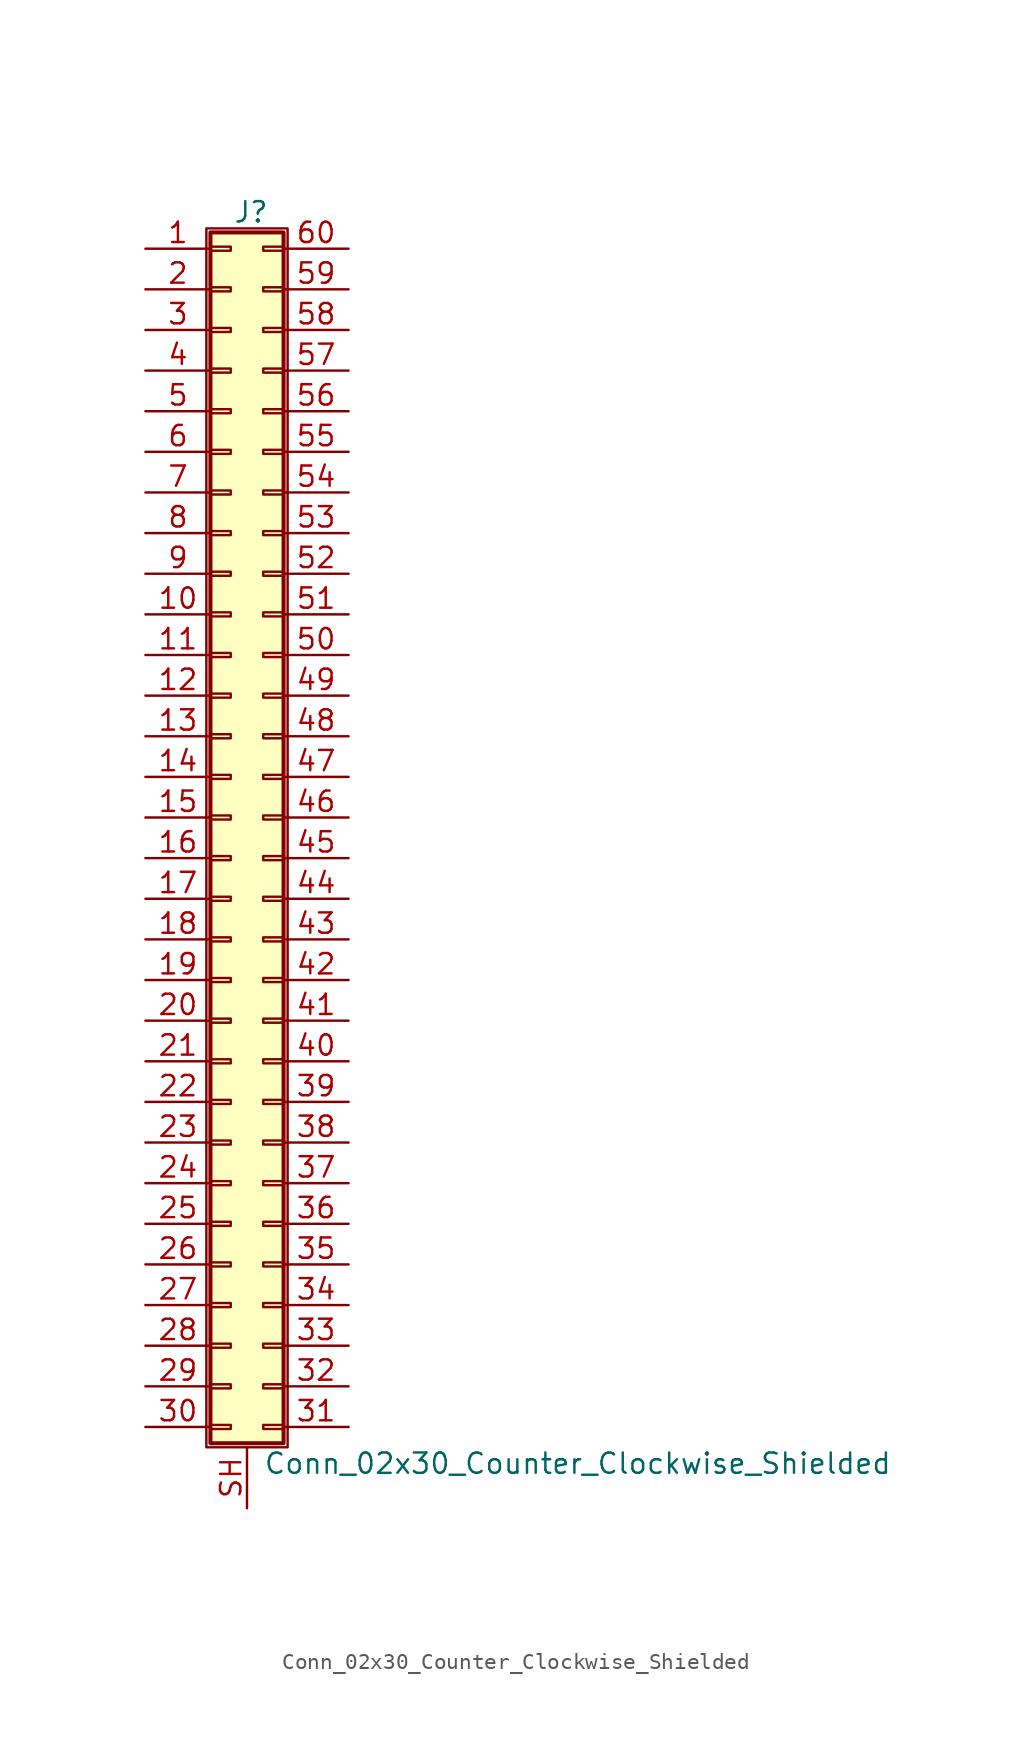
<source format=kicad_sym>
(kicad_symbol_lib
  (version 20201005)
  (generator kicad_symbol_editor)
  (symbol "Conn_02x30_Counter_Clockwise_Shielded"
    (pin_names
      (offset 1.016) hide)
    (property "Reference" "J"
      (at 1.524 37.846 0)
      (effects (font (size 1.27 1.27))))
    (property "Value" "Conn_02x30_Counter_Clockwise_Shielded"
      (at 2.286 -40.386 0)
      (effects (font (size 1.27 1.27)) (justify left)))
    (symbol "Conn_02x30_Counter_Clockwise_Shielded_1_1"
      (rectangle (start -1.27 36.83) (end 3.81 -39.37) (stroke (width 0.152)) (fill (type none)))
      (rectangle (start -1.016 -37.973) (end 0.254 -38.227) (stroke (width 0.152)) (fill (type none)))
      (rectangle (start -1.016 -35.433) (end 0.254 -35.687) (stroke (width 0.152)) (fill (type none)))
      (rectangle (start -1.016 -32.893) (end 0.254 -33.147) (stroke (width 0.152)) (fill (type none)))
      (rectangle (start -1.016 -30.353) (end 0.254 -30.607) (stroke (width 0.152)) (fill (type none)))
      (rectangle (start -1.016 -27.813) (end 0.254 -28.067) (stroke (width 0.152)) (fill (type none)))
      (rectangle (start -1.016 -25.273) (end 0.254 -25.527) (stroke (width 0.152)) (fill (type none)))
      (rectangle (start -1.016 -22.733) (end 0.254 -22.987) (stroke (width 0.152)) (fill (type none)))
      (rectangle (start -1.016 -20.193) (end 0.254 -20.447) (stroke (width 0.152)) (fill (type none)))
      (rectangle (start -1.016 -17.653) (end 0.254 -17.907) (stroke (width 0.152)) (fill (type none)))
      (rectangle (start -1.016 -15.113) (end 0.254 -15.367) (stroke (width 0.152)) (fill (type none)))
      (rectangle (start -1.016 -12.573) (end 0.254 -12.827) (stroke (width 0.152)) (fill (type none)))
      (rectangle (start -1.016 -10.033) (end 0.254 -10.287) (stroke (width 0.152)) (fill (type none)))
      (rectangle (start -1.016 -7.493) (end 0.254 -7.747) (stroke (width 0.152)) (fill (type none)))
      (rectangle (start -1.016 -4.953) (end 0.254 -5.207) (stroke (width 0.152)) (fill (type none)))
      (rectangle (start -1.016 -2.413) (end 0.254 -2.667) (stroke (width 0.152)) (fill (type none)))
      (rectangle (start -1.016 0.127) (end 0.254 -0.127) (stroke (width 0.152)) (fill (type none)))
      (rectangle (start -1.016 2.667) (end 0.254 2.413) (stroke (width 0.152)) (fill (type none)))
      (rectangle (start -1.016 5.207) (end 0.254 4.953) (stroke (width 0.152)) (fill (type none)))
      (rectangle (start -1.016 7.747) (end 0.254 7.493) (stroke (width 0.152)) (fill (type none)))
      (rectangle (start -1.016 10.287) (end 0.254 10.033) (stroke (width 0.152)) (fill (type none)))
      (rectangle (start -1.016 12.827) (end 0.254 12.573) (stroke (width 0.152)) (fill (type none)))
      (rectangle (start -1.016 15.367) (end 0.254 15.113) (stroke (width 0.152)) (fill (type none)))
      (rectangle (start -1.016 17.907) (end 0.254 17.653) (stroke (width 0.152)) (fill (type none)))
      (rectangle (start -1.016 20.447) (end 0.254 20.193) (stroke (width 0.152)) (fill (type none)))
      (rectangle (start -1.016 22.987) (end 0.254 22.733) (stroke (width 0.152)) (fill (type none)))
      (rectangle (start -1.016 25.527) (end 0.254 25.273) (stroke (width 0.152)) (fill (type none)))
      (rectangle (start -1.016 28.067) (end 0.254 27.813) (stroke (width 0.152)) (fill (type none)))
      (rectangle (start -1.016 30.607) (end 0.254 30.353) (stroke (width 0.152)) (fill (type none)))
      (rectangle (start -1.016 33.147) (end 0.254 32.893) (stroke (width 0.152)) (fill (type none)))
      (rectangle (start -1.016 35.687) (end 0.254 35.433) (stroke (width 0.152)) (fill (type none)))
      (rectangle (start 3.556 -37.973) (end 2.286 -38.227) (stroke (width 0.152)) (fill (type none)))
      (rectangle (start 3.556 -35.433) (end 2.286 -35.687) (stroke (width 0.152)) (fill (type none)))
      (rectangle (start 3.556 -32.893) (end 2.286 -33.147) (stroke (width 0.152)) (fill (type none)))
      (rectangle (start 3.556 -30.353) (end 2.286 -30.607) (stroke (width 0.152)) (fill (type none)))
      (rectangle (start 3.556 -27.813) (end 2.286 -28.067) (stroke (width 0.152)) (fill (type none)))
      (rectangle (start 3.556 -25.273) (end 2.286 -25.527) (stroke (width 0.152)) (fill (type none)))
      (rectangle (start 3.556 -22.733) (end 2.286 -22.987) (stroke (width 0.152)) (fill (type none)))
      (rectangle (start 3.556 -20.193) (end 2.286 -20.447) (stroke (width 0.152)) (fill (type none)))
      (rectangle (start 3.556 -17.653) (end 2.286 -17.907) (stroke (width 0.152)) (fill (type none)))
      (rectangle (start 3.556 -15.113) (end 2.286 -15.367) (stroke (width 0.152)) (fill (type none)))
      (rectangle (start 3.556 -12.573) (end 2.286 -12.827) (stroke (width 0.152)) (fill (type none)))
      (rectangle (start 3.556 -10.033) (end 2.286 -10.287) (stroke (width 0.152)) (fill (type none)))
      (rectangle (start 3.556 -7.493) (end 2.286 -7.747) (stroke (width 0.152)) (fill (type none)))
      (rectangle (start 3.556 -4.953) (end 2.286 -5.207) (stroke (width 0.152)) (fill (type none)))
      (rectangle (start 3.556 -2.413) (end 2.286 -2.667) (stroke (width 0.152)) (fill (type none)))
      (rectangle (start 3.556 0.127) (end 2.286 -0.127) (stroke (width 0.152)) (fill (type none)))
      (rectangle (start 3.556 2.667) (end 2.286 2.413) (stroke (width 0.152)) (fill (type none)))
      (rectangle (start 3.556 5.207) (end 2.286 4.953) (stroke (width 0.152)) (fill (type none)))
      (rectangle (start 3.556 7.747) (end 2.286 7.493) (stroke (width 0.152)) (fill (type none)))
      (rectangle (start 3.556 10.287) (end 2.286 10.033) (stroke (width 0.152)) (fill (type none)))
      (rectangle (start 3.556 12.827) (end 2.286 12.573) (stroke (width 0.152)) (fill (type none)))
      (rectangle (start 3.556 15.367) (end 2.286 15.113) (stroke (width 0.152)) (fill (type none)))
      (rectangle (start 3.556 17.907) (end 2.286 17.653) (stroke (width 0.152)) (fill (type none)))
      (rectangle (start 3.556 20.447) (end 2.286 20.193) (stroke (width 0.152)) (fill (type none)))
      (rectangle (start 3.556 22.987) (end 2.286 22.733) (stroke (width 0.152)) (fill (type none)))
      (rectangle (start 3.556 25.527) (end 2.286 25.273) (stroke (width 0.152)) (fill (type none)))
      (rectangle (start 3.556 28.067) (end 2.286 27.813) (stroke (width 0.152)) (fill (type none)))
      (rectangle (start 3.556 30.607) (end 2.286 30.353) (stroke (width 0.152)) (fill (type none)))
      (rectangle (start 3.556 33.147) (end 2.286 32.893) (stroke (width 0.152)) (fill (type none)))
      (rectangle (start 3.556 35.687) (end 2.286 35.433) (stroke (width 0.152)) (fill (type none)))
      (rectangle (start -1.016 36.576) (end 3.556 -39.116) (stroke (width 0.254)) (fill (type background)))
      (pin passive line (at -5.08 35.56 0) (length 4.064) (name "Pin_1" (effects (font (size 1.27 1.27)))) (number "1" (effects (font (size 1.27 1.27)))))
      (pin passive line (at -5.08 12.7 0) (length 4.064) (name "Pin_10" (effects (font (size 1.27 1.27)))) (number "10" (effects (font (size 1.27 1.27)))))
      (pin passive line (at -5.08 10.16 0) (length 4.064) (name "Pin_11" (effects (font (size 1.27 1.27)))) (number "11" (effects (font (size 1.27 1.27)))))
      (pin passive line (at -5.08 7.62 0) (length 4.064) (name "Pin_12" (effects (font (size 1.27 1.27)))) (number "12" (effects (font (size 1.27 1.27)))))
      (pin passive line (at -5.08 5.08 0) (length 4.064) (name "Pin_13" (effects (font (size 1.27 1.27)))) (number "13" (effects (font (size 1.27 1.27)))))
      (pin passive line (at -5.08 2.54 0) (length 4.064) (name "Pin_14" (effects (font (size 1.27 1.27)))) (number "14" (effects (font (size 1.27 1.27)))))
      (pin passive line (at -5.08 0 0) (length 4.064) (name "Pin_15" (effects (font (size 1.27 1.27)))) (number "15" (effects (font (size 1.27 1.27)))))
      (pin passive line (at -5.08 -2.54 0) (length 4.064) (name "Pin_16" (effects (font (size 1.27 1.27)))) (number "16" (effects (font (size 1.27 1.27)))))
      (pin passive line (at -5.08 -5.08 0) (length 4.064) (name "Pin_17" (effects (font (size 1.27 1.27)))) (number "17" (effects (font (size 1.27 1.27)))))
      (pin passive line (at -5.08 -7.62 0) (length 4.064) (name "Pin_18" (effects (font (size 1.27 1.27)))) (number "18" (effects (font (size 1.27 1.27)))))
      (pin passive line (at -5.08 -10.16 0) (length 4.064) (name "Pin_19" (effects (font (size 1.27 1.27)))) (number "19" (effects (font (size 1.27 1.27)))))
      (pin passive line (at -5.08 33.02 0) (length 4.064) (name "Pin_2" (effects (font (size 1.27 1.27)))) (number "2" (effects (font (size 1.27 1.27)))))
      (pin passive line (at -5.08 -12.7 0) (length 4.064) (name "Pin_20" (effects (font (size 1.27 1.27)))) (number "20" (effects (font (size 1.27 1.27)))))
      (pin passive line (at -5.08 -15.24 0) (length 4.064) (name "Pin_21" (effects (font (size 1.27 1.27)))) (number "21" (effects (font (size 1.27 1.27)))))
      (pin passive line (at -5.08 -17.78 0) (length 4.064) (name "Pin_22" (effects (font (size 1.27 1.27)))) (number "22" (effects (font (size 1.27 1.27)))))
      (pin passive line (at -5.08 -20.32 0) (length 4.064) (name "Pin_23" (effects (font (size 1.27 1.27)))) (number "23" (effects (font (size 1.27 1.27)))))
      (pin passive line (at -5.08 -22.86 0) (length 4.064) (name "Pin_24" (effects (font (size 1.27 1.27)))) (number "24" (effects (font (size 1.27 1.27)))))
      (pin passive line (at -5.08 -25.4 0) (length 4.064) (name "Pin_25" (effects (font (size 1.27 1.27)))) (number "25" (effects (font (size 1.27 1.27)))))
      (pin passive line (at -5.08 -27.94 0) (length 4.064) (name "Pin_26" (effects (font (size 1.27 1.27)))) (number "26" (effects (font (size 1.27 1.27)))))
      (pin passive line (at -5.08 -30.48 0) (length 4.064) (name "Pin_27" (effects (font (size 1.27 1.27)))) (number "27" (effects (font (size 1.27 1.27)))))
      (pin passive line (at -5.08 -33.02 0) (length 4.064) (name "Pin_28" (effects (font (size 1.27 1.27)))) (number "28" (effects (font (size 1.27 1.27)))))
      (pin passive line (at -5.08 -35.56 0) (length 4.064) (name "Pin_29" (effects (font (size 1.27 1.27)))) (number "29" (effects (font (size 1.27 1.27)))))
      (pin passive line (at -5.08 30.48 0) (length 4.064) (name "Pin_3" (effects (font (size 1.27 1.27)))) (number "3" (effects (font (size 1.27 1.27)))))
      (pin passive line (at -5.08 -38.1 0) (length 4.064) (name "Pin_30" (effects (font (size 1.27 1.27)))) (number "30" (effects (font (size 1.27 1.27)))))
      (pin passive line (at 7.62 -38.1 180) (length 4.064) (name "Pin_31" (effects (font (size 1.27 1.27)))) (number "31" (effects (font (size 1.27 1.27)))))
      (pin passive line (at 7.62 -35.56 180) (length 4.064) (name "Pin_32" (effects (font (size 1.27 1.27)))) (number "32" (effects (font (size 1.27 1.27)))))
      (pin passive line (at 7.62 -33.02 180) (length 4.064) (name "Pin_33" (effects (font (size 1.27 1.27)))) (number "33" (effects (font (size 1.27 1.27)))))
      (pin passive line (at 7.62 -30.48 180) (length 4.064) (name "Pin_34" (effects (font (size 1.27 1.27)))) (number "34" (effects (font (size 1.27 1.27)))))
      (pin passive line (at 7.62 -27.94 180) (length 4.064) (name "Pin_35" (effects (font (size 1.27 1.27)))) (number "35" (effects (font (size 1.27 1.27)))))
      (pin passive line (at 7.62 -25.4 180) (length 4.064) (name "Pin_36" (effects (font (size 1.27 1.27)))) (number "36" (effects (font (size 1.27 1.27)))))
      (pin passive line (at 7.62 -22.86 180) (length 4.064) (name "Pin_37" (effects (font (size 1.27 1.27)))) (number "37" (effects (font (size 1.27 1.27)))))
      (pin passive line (at 7.62 -20.32 180) (length 4.064) (name "Pin_38" (effects (font (size 1.27 1.27)))) (number "38" (effects (font (size 1.27 1.27)))))
      (pin passive line (at 7.62 -17.78 180) (length 4.064) (name "Pin_39" (effects (font (size 1.27 1.27)))) (number "39" (effects (font (size 1.27 1.27)))))
      (pin passive line (at -5.08 27.94 0) (length 4.064) (name "Pin_4" (effects (font (size 1.27 1.27)))) (number "4" (effects (font (size 1.27 1.27)))))
      (pin passive line (at 7.62 -15.24 180) (length 4.064) (name "Pin_40" (effects (font (size 1.27 1.27)))) (number "40" (effects (font (size 1.27 1.27)))))
      (pin passive line (at 7.62 -12.7 180) (length 4.064) (name "Pin_41" (effects (font (size 1.27 1.27)))) (number "41" (effects (font (size 1.27 1.27)))))
      (pin passive line (at 7.62 -10.16 180) (length 4.064) (name "Pin_42" (effects (font (size 1.27 1.27)))) (number "42" (effects (font (size 1.27 1.27)))))
      (pin passive line (at 7.62 -7.62 180) (length 4.064) (name "Pin_43" (effects (font (size 1.27 1.27)))) (number "43" (effects (font (size 1.27 1.27)))))
      (pin passive line (at 7.62 -5.08 180) (length 4.064) (name "Pin_44" (effects (font (size 1.27 1.27)))) (number "44" (effects (font (size 1.27 1.27)))))
      (pin passive line (at 7.62 -2.54 180) (length 4.064) (name "Pin_45" (effects (font (size 1.27 1.27)))) (number "45" (effects (font (size 1.27 1.27)))))
      (pin passive line (at 7.62 0 180) (length 4.064) (name "Pin_46" (effects (font (size 1.27 1.27)))) (number "46" (effects (font (size 1.27 1.27)))))
      (pin passive line (at 7.62 2.54 180) (length 4.064) (name "Pin_47" (effects (font (size 1.27 1.27)))) (number "47" (effects (font (size 1.27 1.27)))))
      (pin passive line (at 7.62 5.08 180) (length 4.064) (name "Pin_48" (effects (font (size 1.27 1.27)))) (number "48" (effects (font (size 1.27 1.27)))))
      (pin passive line (at 7.62 7.62 180) (length 4.064) (name "Pin_49" (effects (font (size 1.27 1.27)))) (number "49" (effects (font (size 1.27 1.27)))))
      (pin passive line (at -5.08 25.4 0) (length 4.064) (name "Pin_5" (effects (font (size 1.27 1.27)))) (number "5" (effects (font (size 1.27 1.27)))))
      (pin passive line (at 7.62 10.16 180) (length 4.064) (name "Pin_50" (effects (font (size 1.27 1.27)))) (number "50" (effects (font (size 1.27 1.27)))))
      (pin passive line (at 7.62 12.7 180) (length 4.064) (name "Pin_51" (effects (font (size 1.27 1.27)))) (number "51" (effects (font (size 1.27 1.27)))))
      (pin passive line (at 7.62 15.24 180) (length 4.064) (name "Pin_52" (effects (font (size 1.27 1.27)))) (number "52" (effects (font (size 1.27 1.27)))))
      (pin passive line (at 7.62 17.78 180) (length 4.064) (name "Pin_53" (effects (font (size 1.27 1.27)))) (number "53" (effects (font (size 1.27 1.27)))))
      (pin passive line (at 7.62 20.32 180) (length 4.064) (name "Pin_54" (effects (font (size 1.27 1.27)))) (number "54" (effects (font (size 1.27 1.27)))))
      (pin passive line (at 7.62 22.86 180) (length 4.064) (name "Pin_55" (effects (font (size 1.27 1.27)))) (number "55" (effects (font (size 1.27 1.27)))))
      (pin passive line (at 7.62 25.4 180) (length 4.064) (name "Pin_56" (effects (font (size 1.27 1.27)))) (number "56" (effects (font (size 1.27 1.27)))))
      (pin passive line (at 7.62 27.94 180) (length 4.064) (name "Pin_57" (effects (font (size 1.27 1.27)))) (number "57" (effects (font (size 1.27 1.27)))))
      (pin passive line (at 7.62 30.48 180) (length 4.064) (name "Pin_58" (effects (font (size 1.27 1.27)))) (number "58" (effects (font (size 1.27 1.27)))))
      (pin passive line (at 7.62 33.02 180) (length 4.064) (name "Pin_59" (effects (font (size 1.27 1.27)))) (number "59" (effects (font (size 1.27 1.27)))))
      (pin passive line (at -5.08 22.86 0) (length 4.064) (name "Pin_6" (effects (font (size 1.27 1.27)))) (number "6" (effects (font (size 1.27 1.27)))))
      (pin passive line (at 7.62 35.56 180) (length 4.064) (name "Pin_60" (effects (font (size 1.27 1.27)))) (number "60" (effects (font (size 1.27 1.27)))))
      (pin passive line (at -5.08 20.32 0) (length 4.064) (name "Pin_7" (effects (font (size 1.27 1.27)))) (number "7" (effects (font (size 1.27 1.27)))))
      (pin passive line (at -5.08 17.78 0) (length 4.064) (name "Pin_8" (effects (font (size 1.27 1.27)))) (number "8" (effects (font (size 1.27 1.27)))))
      (pin passive line (at -5.08 15.24 0) (length 4.064) (name "Pin_9" (effects (font (size 1.27 1.27)))) (number "9" (effects (font (size 1.27 1.27)))))
      (pin passive line (at 1.27 -43.18 90) (length 3.81) (name "Shield" (effects (font (size 1.27 1.27)))) (number "SH" (effects (font (size 1.27 1.27))))))))
</source>
